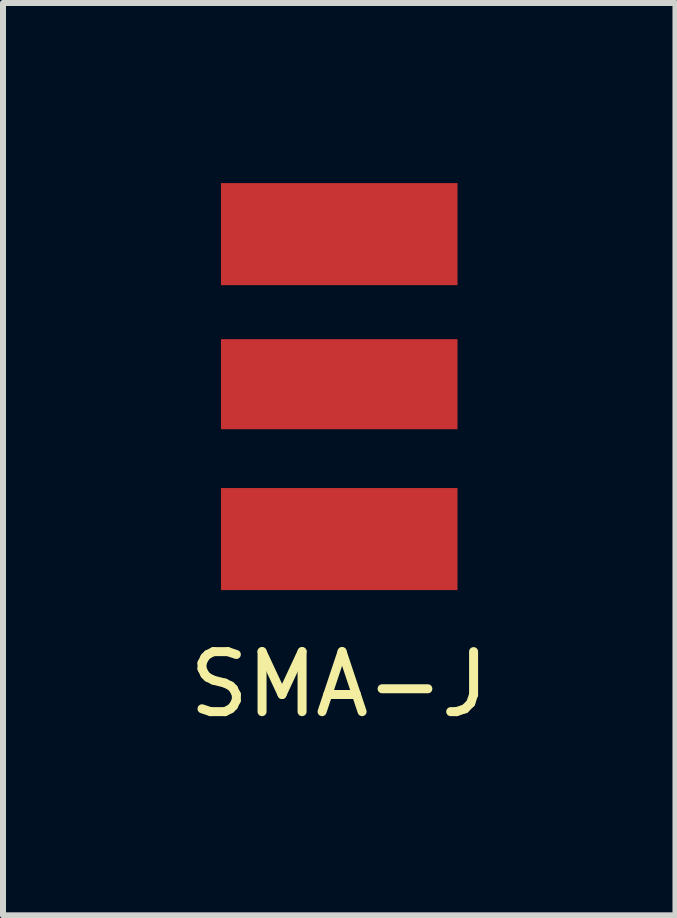
<source format=kicad_pcb>
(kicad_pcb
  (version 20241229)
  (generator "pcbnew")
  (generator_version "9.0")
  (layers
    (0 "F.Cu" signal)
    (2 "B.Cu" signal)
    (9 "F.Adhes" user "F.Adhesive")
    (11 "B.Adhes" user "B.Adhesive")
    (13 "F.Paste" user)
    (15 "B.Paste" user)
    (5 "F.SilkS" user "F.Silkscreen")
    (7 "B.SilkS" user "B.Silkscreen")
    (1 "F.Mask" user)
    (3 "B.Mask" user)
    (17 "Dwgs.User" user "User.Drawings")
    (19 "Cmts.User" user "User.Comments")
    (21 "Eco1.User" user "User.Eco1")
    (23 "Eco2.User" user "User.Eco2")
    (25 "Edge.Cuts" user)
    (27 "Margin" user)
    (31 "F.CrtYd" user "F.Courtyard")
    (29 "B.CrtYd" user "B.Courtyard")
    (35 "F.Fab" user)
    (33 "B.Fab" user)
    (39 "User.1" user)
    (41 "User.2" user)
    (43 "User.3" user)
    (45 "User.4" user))
  (footprint "SMA-J"
    (layer "F.Cu")
    (at 2.601 0.85)
    (property "Reference" "SMA-J" (at 0 7.5 0) (layer "F.SilkS") (effects (font (size 1 1) (thickness 0.15))))
    (attr through_hole)
    (pad "1" smd rect (at 0 2.5) (size 3.94 1.5) (layers "F.Cu" "F.Mask" "F.Paste"))
    (pad "2" smd rect (at 0 0) (size 3.94 1.7) (layers "F.Cu" "F.Mask" "F.Paste"))
    (pad "2" smd rect (at 0 5.08) (size 3.94 1.7) (layers "F.Cu" "F.Mask" "F.Paste")))
  (gr_rect
    (start -3 -3)
    (end 8.202 12.198)
    (stroke (width 0.1) (type default))
    (fill no)
    (layer "Edge.Cuts")))
</source>
